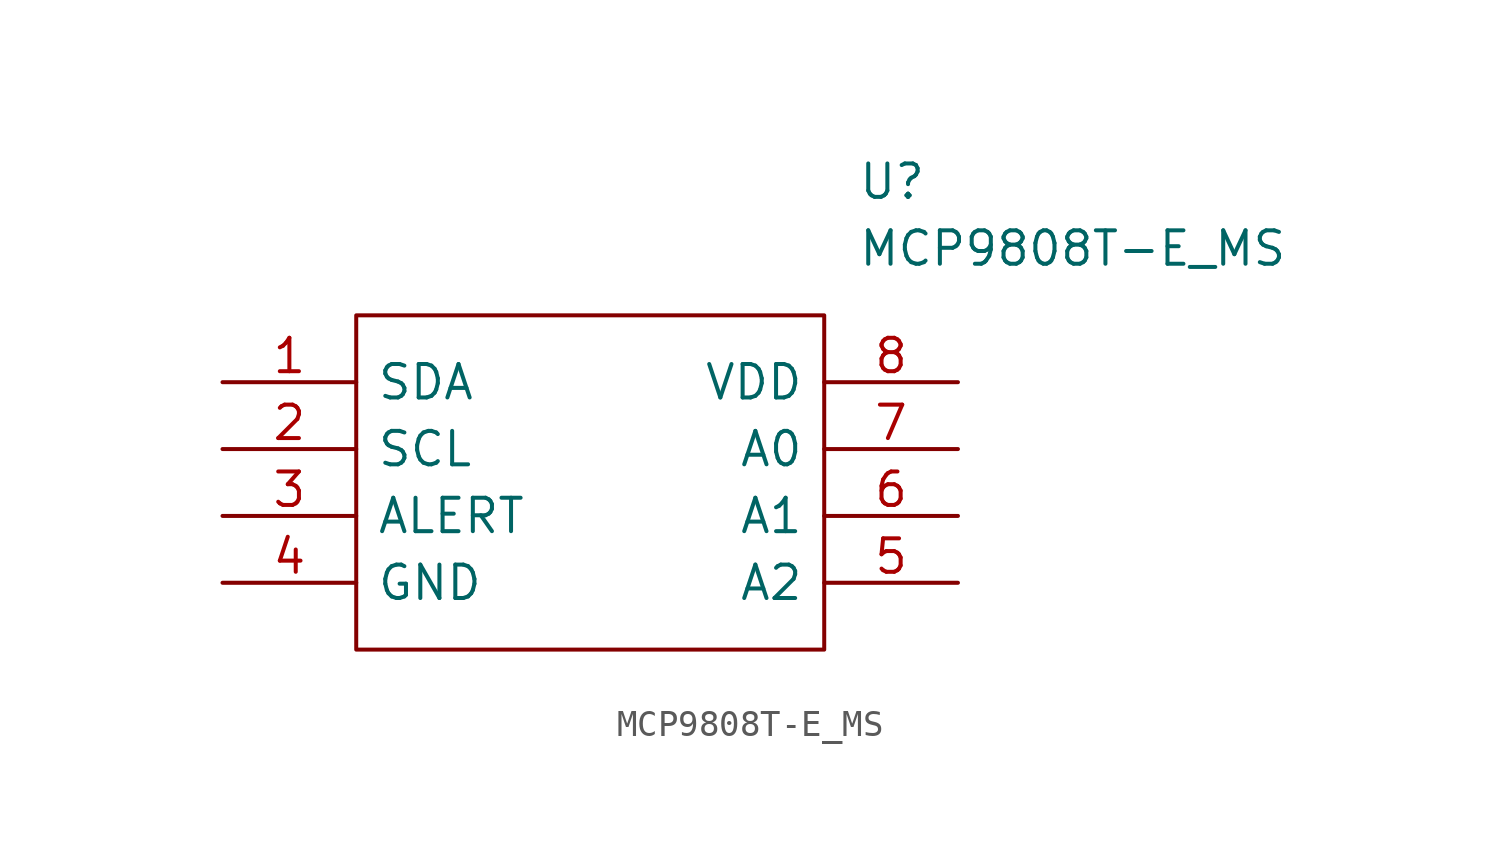
<source format=kicad_sym>
(kicad_symbol_lib
  (version 20211014)
  (generator kicad_symbol_editor)
  (symbol "MCP9808T-E_MS"
    (pin_names
      (offset 0.762))
    (property "Reference" "U"
      (at 24.13 7.62 0)
      (effects (font (size 1.27 1.27)) (justify left)))
    (property "Value" "MCP9808T-E_MS"
      (at 24.13 5.08 0)
      (effects (font (size 1.27 1.27)) (justify left)))
    (symbol "MCP9808T-E_MS_0_0"
      (pin bidirectional line (at 0 0 0) (length 5.08) (name "SDA" (effects (font (size 1.27 1.27)))) (number "1" (effects (font (size 1.27 1.27)))))
      (pin input line (at 0 -2.54 0) (length 5.08) (name "SCL" (effects (font (size 1.27 1.27)))) (number "2" (effects (font (size 1.27 1.27)))))
      (pin output line (at 0 -5.08 0) (length 5.08) (name "ALERT" (effects (font (size 1.27 1.27)))) (number "3" (effects (font (size 1.27 1.27)))))
      (pin power_in line (at 0 -7.62 0) (length 5.08) (name "GND" (effects (font (size 1.27 1.27)))) (number "4" (effects (font (size 1.27 1.27)))))
      (pin input line (at 27.94 -7.62 180) (length 5.08) (name "A2" (effects (font (size 1.27 1.27)))) (number "5" (effects (font (size 1.27 1.27)))))
      (pin input line (at 27.94 -5.08 180) (length 5.08) (name "A1" (effects (font (size 1.27 1.27)))) (number "6" (effects (font (size 1.27 1.27)))))
      (pin input line (at 27.94 -2.54 180) (length 5.08) (name "A0" (effects (font (size 1.27 1.27)))) (number "7" (effects (font (size 1.27 1.27)))))
      (pin power_in line (at 27.94 0 180) (length 5.08) (name "VDD" (effects (font (size 1.27 1.27)))) (number "8" (effects (font (size 1.27 1.27))))))
    (symbol "MCP9808T-E_MS_0_1"
      (polyline (pts (xy 5.08 2.54) (xy 22.86 2.54) (xy 22.86 -10.16) (xy 5.08 -10.16) (xy 5.08 2.54)) (stroke (width 0.152) (type default) (color 0 0 0 0)) (fill (type none))))))
</source>
